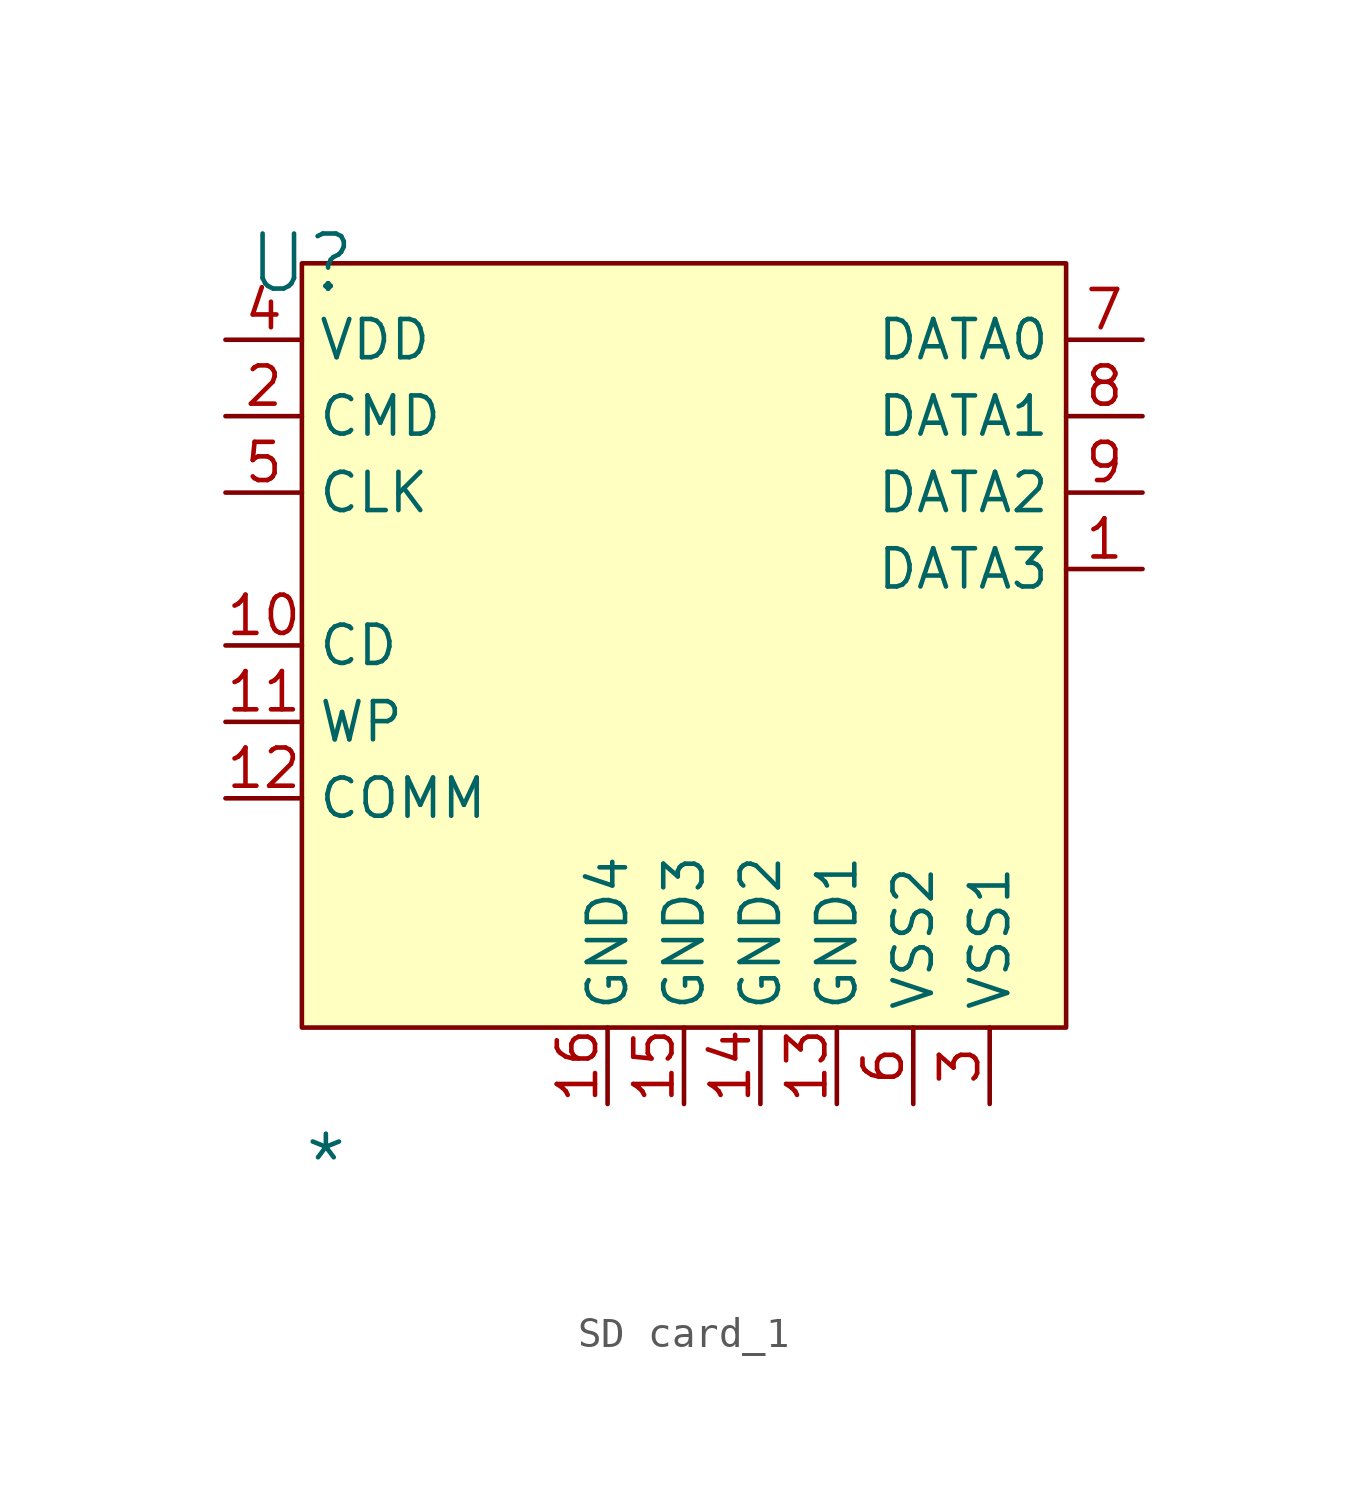
<source format=kicad_sym>
(kicad_symbol_lib
  (version 20241209)
  (generator "kicad_symbol_editor")
  (generator_version "9.0")
  (symbol "SD card_1"
    (property "Reference" "U"
      (at 0 0 0)
      (effects (font (size 1.829 1.829))))
    (property "Value" "*"
      (at 0 -30.988 0)
      (effects (font (size 1.829 1.829)) (justify left bottom)))
    (symbol "SD card_1_1_0"
      (rectangle (start 25.4 0) (end 0 -25.4) (stroke (width 0) (type solid) (color 128 0 0 1)) (fill (type background)))
      (pin passive line (at -2.54 -2.54 0) (length 2.54) (name "VDD" (effects (font (size 1.27 1.27)))) (number "4" (effects (font (size 1.27 1.27)))))
      (pin passive line (at -2.54 -5.08 0) (length 2.54) (name "CMD" (effects (font (size 1.27 1.27)))) (number "2" (effects (font (size 1.27 1.27)))))
      (pin passive line (at -2.54 -7.62 0) (length 2.54) (name "CLK" (effects (font (size 1.27 1.27)))) (number "5" (effects (font (size 1.27 1.27)))))
      (pin passive line (at -2.54 -12.7 0) (length 2.54) (name "CD" (effects (font (size 1.27 1.27)))) (number "10" (effects (font (size 1.27 1.27)))))
      (pin passive line (at -2.54 -15.24 0) (length 2.54) (name "WP" (effects (font (size 1.27 1.27)))) (number "11" (effects (font (size 1.27 1.27)))))
      (pin passive line (at -2.54 -17.78 0) (length 2.54) (name "COMM" (effects (font (size 1.27 1.27)))) (number "12" (effects (font (size 1.27 1.27)))))
      (pin passive line (at 10.16 -27.94 90) (length 2.54) (name "GND4" (effects (font (size 1.27 1.27)))) (number "16" (effects (font (size 1.27 1.27)))))
      (pin passive line (at 12.7 -27.94 90) (length 2.54) (name "GND3" (effects (font (size 1.27 1.27)))) (number "15" (effects (font (size 1.27 1.27)))))
      (pin passive line (at 15.24 -27.94 90) (length 2.54) (name "GND2" (effects (font (size 1.27 1.27)))) (number "14" (effects (font (size 1.27 1.27)))))
      (pin passive line (at 17.78 -27.94 90) (length 2.54) (name "GND1" (effects (font (size 1.27 1.27)))) (number "13" (effects (font (size 1.27 1.27)))))
      (pin passive line (at 20.32 -27.94 90) (length 2.54) (name "VSS2" (effects (font (size 1.27 1.27)))) (number "6" (effects (font (size 1.27 1.27)))))
      (pin passive line (at 22.86 -27.94 90) (length 2.54) (name "VSS1" (effects (font (size 1.27 1.27)))) (number "3" (effects (font (size 1.27 1.27)))))
      (pin passive line (at 27.94 -2.54 180) (length 2.54) (name "DATA0" (effects (font (size 1.27 1.27)))) (number "7" (effects (font (size 1.27 1.27)))))
      (pin passive line (at 27.94 -5.08 180) (length 2.54) (name "DATA1" (effects (font (size 1.27 1.27)))) (number "8" (effects (font (size 1.27 1.27)))))
      (pin passive line (at 27.94 -7.62 180) (length 2.54) (name "DATA2" (effects (font (size 1.27 1.27)))) (number "9" (effects (font (size 1.27 1.27)))))
      (pin passive line (at 27.94 -10.16 180) (length 2.54) (name "DATA3" (effects (font (size 1.27 1.27)))) (number "1" (effects (font (size 1.27 1.27))))))))
</source>
